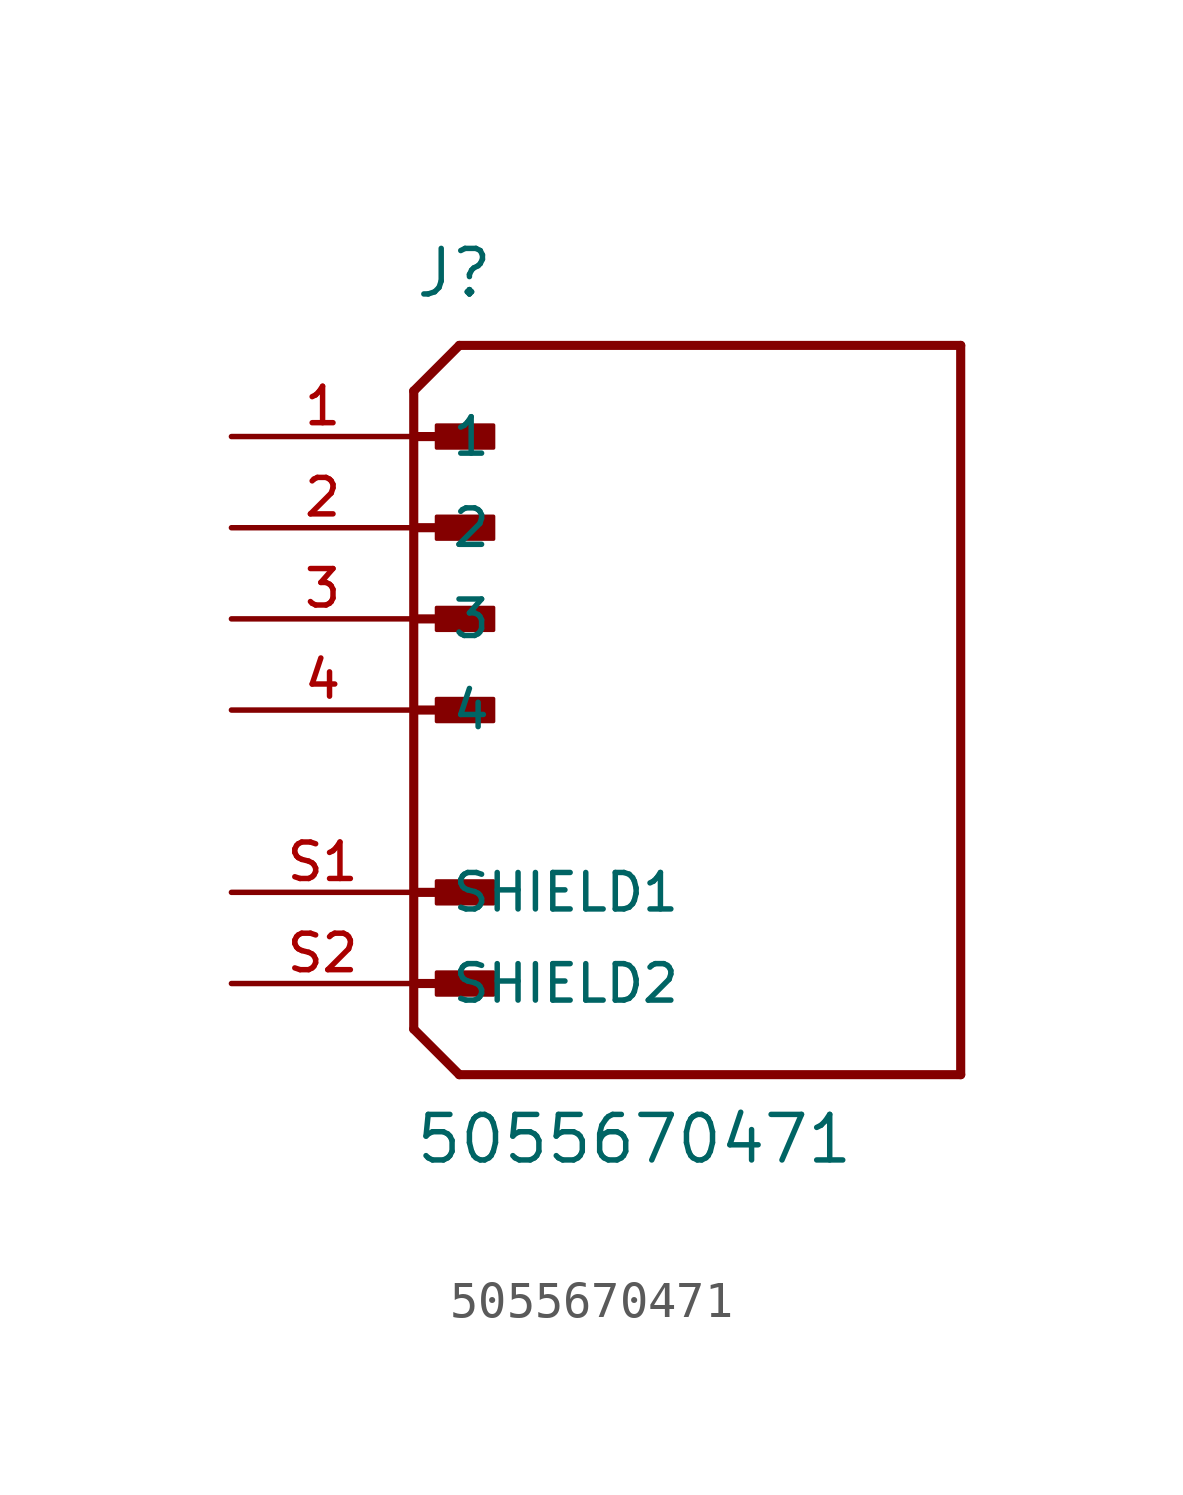
<source format=kicad_sym>
(kicad_symbol_lib
  (version 20211014)
  (generator kicad_symbol_editor)
  (symbol "5055670471"
    (pin_names
      (offset 1.016))
    (property "Reference" "J"
      (at -7.62 11.43 0)
      (effects (font (size 1.27 1.27)) (justify bottom left)))
    (property "Value" "5055670471"
      (at -7.62 -12.7 0)
      (effects (font (size 1.27 1.27)) (justify bottom left)))
    (symbol "5055670471_0_0"
      (polyline (pts (xy -7.62 8.89) (xy -6.35 10.16)) (stroke (width 0.254)))
      (polyline (pts (xy -7.62 8.89) (xy -7.62 7.62)) (stroke (width 0.254)))
      (polyline (pts (xy -7.62 7.62) (xy -7.62 -8.89)) (stroke (width 0.254)))
      (polyline (pts (xy -7.62 -8.89) (xy -6.35 -10.16)) (stroke (width 0.254)))
      (polyline (pts (xy -6.35 -10.16) (xy 7.62 -10.16)) (stroke (width 0.254)))
      (polyline (pts (xy 7.62 -10.16) (xy 7.62 10.16)) (stroke (width 0.254)))
      (polyline (pts (xy 7.62 10.16) (xy -6.35 10.16)) (stroke (width 0.254)))
      (polyline (pts (xy -7.62 7.62) (xy -5.715 7.62)) (stroke (width 0.254)))
      (rectangle (start -6.985 7.303) (end -5.397 7.938) (stroke (width 0.1)) (fill (type outline)))
      (polyline (pts (xy -7.62 5.08) (xy -5.715 5.08)) (stroke (width 0.254)))
      (rectangle (start -6.985 4.763) (end -5.397 5.397) (stroke (width 0.1)) (fill (type outline)))
      (polyline (pts (xy -7.62 2.54) (xy -5.715 2.54)) (stroke (width 0.254)))
      (rectangle (start -6.985 2.223) (end -5.397 2.857) (stroke (width 0.1)) (fill (type outline)))
      (polyline (pts (xy -7.62 0.0) (xy -5.715 0.0)) (stroke (width 0.254)))
      (rectangle (start -6.985 -0.318) (end -5.397 0.318) (stroke (width 0.1)) (fill (type outline)))
      (polyline (pts (xy -7.62 -5.08) (xy -5.715 -5.08)) (stroke (width 0.254)))
      (rectangle (start -6.985 -5.397) (end -5.397 -4.763) (stroke (width 0.1)) (fill (type outline)))
      (polyline (pts (xy -7.62 -7.62) (xy -5.715 -7.62)) (stroke (width 0.254)))
      (rectangle (start -6.985 -7.938) (end -5.397 -7.303) (stroke (width 0.1)) (fill (type outline)))
      (pin passive line (at -12.7 7.62 0) (length 5.08) (name "1" (effects (font (size 1.016 1.016)))) (number "1" (effects (font (size 1.016 1.016)))))
      (pin passive line (at -12.7 5.08 0) (length 5.08) (name "2" (effects (font (size 1.016 1.016)))) (number "2" (effects (font (size 1.016 1.016)))))
      (pin passive line (at -12.7 2.54 0) (length 5.08) (name "3" (effects (font (size 1.016 1.016)))) (number "3" (effects (font (size 1.016 1.016)))))
      (pin passive line (at -12.7 0.0 0) (length 5.08) (name "4" (effects (font (size 1.016 1.016)))) (number "4" (effects (font (size 1.016 1.016)))))
      (pin passive line (at -12.7 -5.08 0) (length 5.08) (name "SHIELD1" (effects (font (size 1.016 1.016)))) (number "S1" (effects (font (size 1.016 1.016)))))
      (pin passive line (at -12.7 -7.62 0) (length 5.08) (name "SHIELD2" (effects (font (size 1.016 1.016)))) (number "S2" (effects (font (size 1.016 1.016))))))))
</source>
